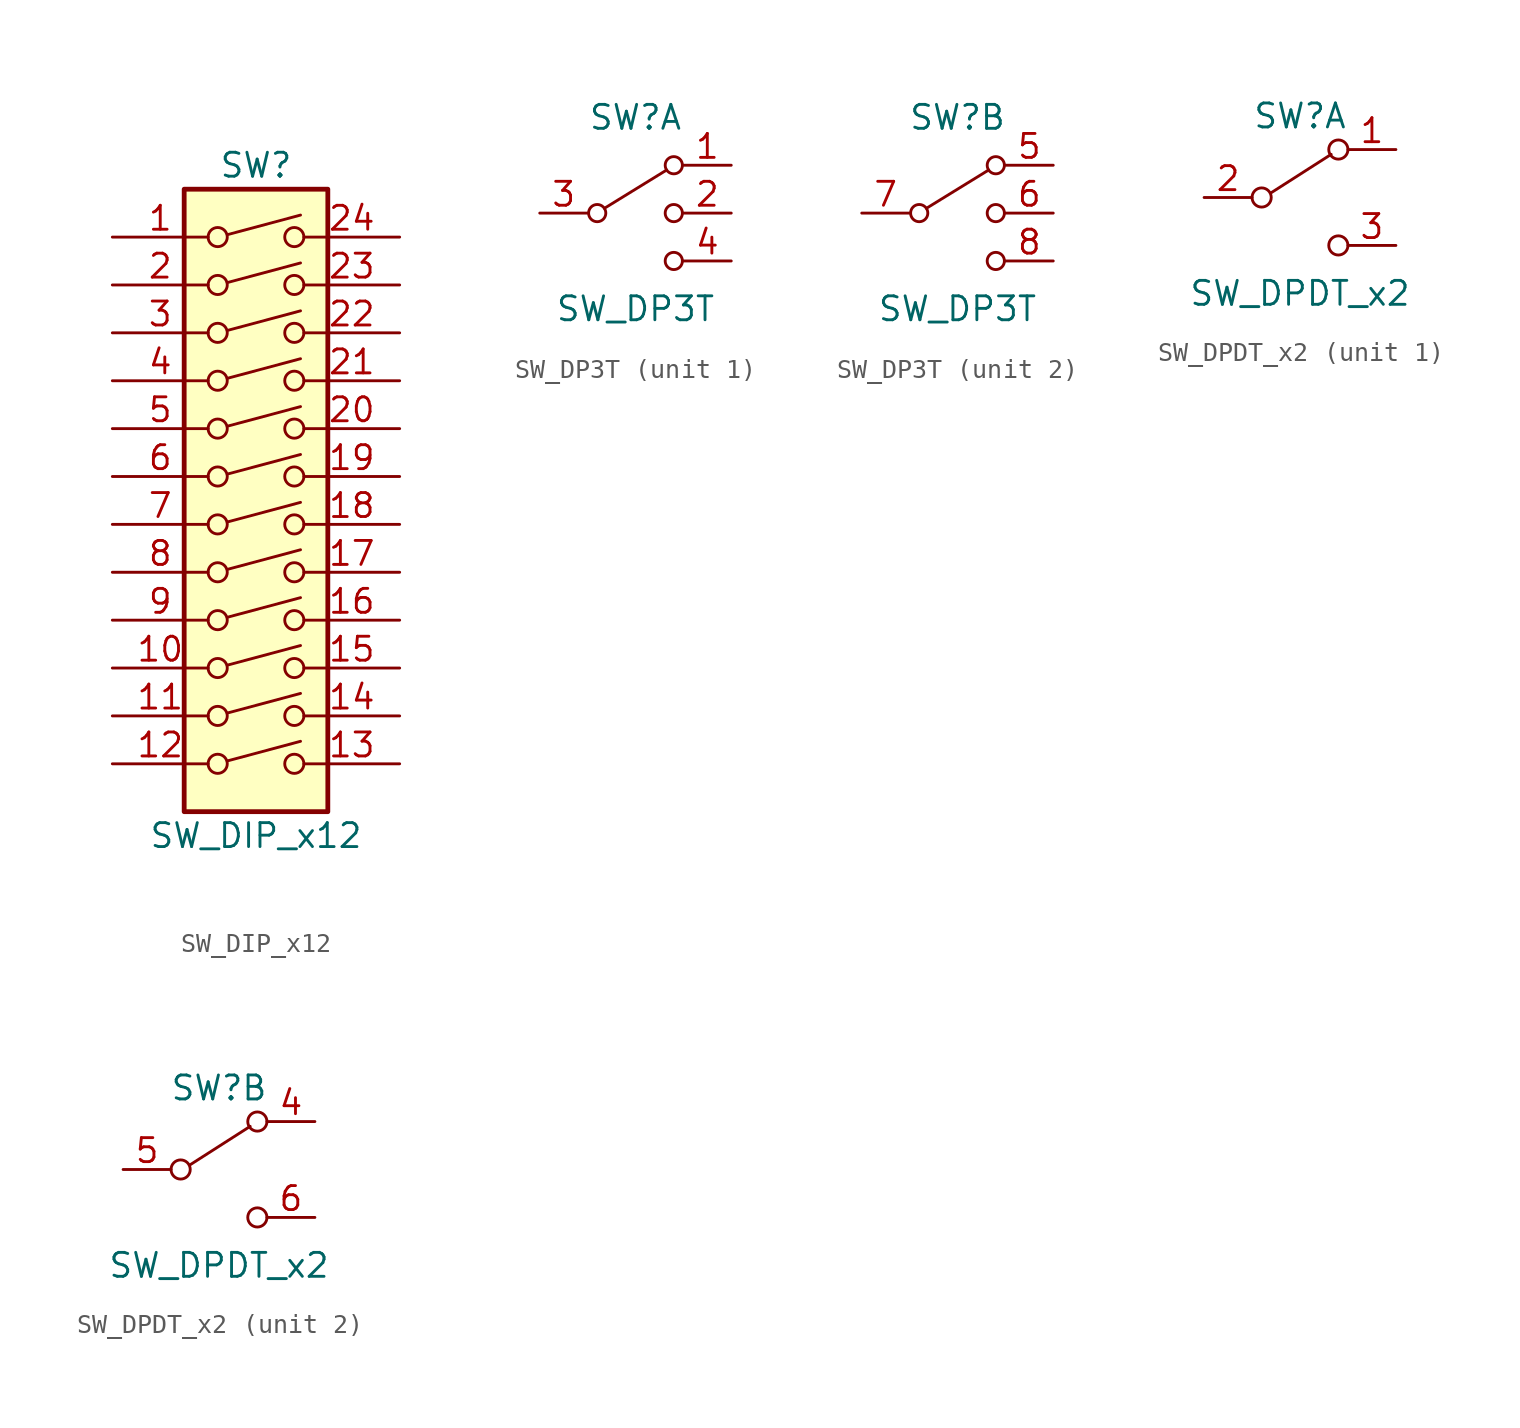
<source format=kicad_sym>
(kicad_symbol_lib
  (version 20201005)
  (generator kicad_symbol_editor)
  (symbol "Switch:SW_DIP_x12"
    (pin_names
      (offset 0) hide)
    (property "Reference" "SW"
      (at 0 19.05 0)
      (effects (font (size 1.27 1.27))))
    (property "Value" "SW_DIP_x12"
      (at 0 -16.51 0)
      (effects (font (size 1.27 1.27))))
    (symbol "SW_DIP_x12_0_0"
      (circle (center -2.032 -12.7) (radius 0.508) (stroke (width 0)) (fill (type none)))
      (circle (center -2.032 -10.16) (radius 0.508) (stroke (width 0)) (fill (type none)))
      (circle (center -2.032 -7.62) (radius 0.508) (stroke (width 0)) (fill (type none)))
      (circle (center -2.032 -5.08) (radius 0.508) (stroke (width 0)) (fill (type none)))
      (circle (center -2.032 -2.54) (radius 0.508) (stroke (width 0)) (fill (type none)))
      (circle (center -2.032 0) (radius 0.508) (stroke (width 0)) (fill (type none)))
      (circle (center -2.032 2.54) (radius 0.508) (stroke (width 0)) (fill (type none)))
      (circle (center -2.032 5.08) (radius 0.508) (stroke (width 0)) (fill (type none)))
      (circle (center -2.032 7.62) (radius 0.508) (stroke (width 0)) (fill (type none)))
      (circle (center -2.032 10.16) (radius 0.508) (stroke (width 0)) (fill (type none)))
      (circle (center -2.032 12.7) (radius 0.508) (stroke (width 0)) (fill (type none)))
      (circle (center -2.032 15.24) (radius 0.508) (stroke (width 0)) (fill (type none)))
      (circle (center 2.032 -12.7) (radius 0.508) (stroke (width 0)) (fill (type none)))
      (circle (center 2.032 -10.16) (radius 0.508) (stroke (width 0)) (fill (type none)))
      (circle (center 2.032 -7.62) (radius 0.508) (stroke (width 0)) (fill (type none)))
      (circle (center 2.032 -5.08) (radius 0.508) (stroke (width 0)) (fill (type none)))
      (circle (center 2.032 -2.54) (radius 0.508) (stroke (width 0)) (fill (type none)))
      (circle (center 2.032 0) (radius 0.508) (stroke (width 0)) (fill (type none)))
      (circle (center 2.032 2.54) (radius 0.508) (stroke (width 0)) (fill (type none)))
      (circle (center 2.032 5.08) (radius 0.508) (stroke (width 0)) (fill (type none)))
      (circle (center 2.032 7.62) (radius 0.508) (stroke (width 0)) (fill (type none)))
      (circle (center 2.032 10.16) (radius 0.508) (stroke (width 0)) (fill (type none)))
      (circle (center 2.032 12.7) (radius 0.508) (stroke (width 0)) (fill (type none)))
      (circle (center 2.032 15.24) (radius 0.508) (stroke (width 0)) (fill (type none)))
      (polyline (pts (xy -1.524 -12.548) (xy 2.362 -11.506)) (stroke (width 0)) (fill (type none)))
      (polyline (pts (xy -1.524 -10.008) (xy 2.362 -8.966)) (stroke (width 0)) (fill (type none)))
      (polyline (pts (xy -1.524 -7.468) (xy 2.362 -6.426)) (stroke (width 0)) (fill (type none)))
      (polyline (pts (xy -1.524 -4.928) (xy 2.362 -3.886)) (stroke (width 0)) (fill (type none)))
      (polyline (pts (xy -1.524 -2.388) (xy 2.362 -1.346)) (stroke (width 0)) (fill (type none)))
      (polyline (pts (xy -1.524 0.127) (xy 2.362 1.168)) (stroke (width 0)) (fill (type none)))
      (polyline (pts (xy -1.524 2.667) (xy 2.362 3.708)) (stroke (width 0)) (fill (type none)))
      (polyline (pts (xy -1.524 5.207) (xy 2.362 6.248)) (stroke (width 0)) (fill (type none)))
      (polyline (pts (xy -1.524 7.747) (xy 2.362 8.788)) (stroke (width 0)) (fill (type none)))
      (polyline (pts (xy -1.524 10.287) (xy 2.362 11.328)) (stroke (width 0)) (fill (type none)))
      (polyline (pts (xy -1.524 12.827) (xy 2.362 13.868)) (stroke (width 0)) (fill (type none)))
      (polyline (pts (xy -1.524 15.367) (xy 2.362 16.408)) (stroke (width 0)) (fill (type none))))
    (symbol "SW_DIP_x12_0_1"
      (rectangle (start -3.81 17.78) (end 3.81 -15.24) (stroke (width 0.254)) (fill (type background))))
    (symbol "SW_DIP_x12_1_1"
      (pin passive line (at -7.62 15.24 0) (length 5.08) (name "~" (effects (font (size 1.27 1.27)))) (number "1" (effects (font (size 1.27 1.27)))))
      (pin passive line (at -7.62 -7.62 0) (length 5.08) (name "~" (effects (font (size 1.27 1.27)))) (number "10" (effects (font (size 1.27 1.27)))))
      (pin passive line (at -7.62 -10.16 0) (length 5.08) (name "~" (effects (font (size 1.27 1.27)))) (number "11" (effects (font (size 1.27 1.27)))))
      (pin passive line (at -7.62 -12.7 0) (length 5.08) (name "~" (effects (font (size 1.27 1.27)))) (number "12" (effects (font (size 1.27 1.27)))))
      (pin passive line (at 7.62 -12.7 180) (length 5.08) (name "~" (effects (font (size 1.27 1.27)))) (number "13" (effects (font (size 1.27 1.27)))))
      (pin passive line (at 7.62 -10.16 180) (length 5.08) (name "~" (effects (font (size 1.27 1.27)))) (number "14" (effects (font (size 1.27 1.27)))))
      (pin passive line (at 7.62 -7.62 180) (length 5.08) (name "~" (effects (font (size 1.27 1.27)))) (number "15" (effects (font (size 1.27 1.27)))))
      (pin passive line (at 7.62 -5.08 180) (length 5.08) (name "~" (effects (font (size 1.27 1.27)))) (number "16" (effects (font (size 1.27 1.27)))))
      (pin passive line (at 7.62 -2.54 180) (length 5.08) (name "~" (effects (font (size 1.27 1.27)))) (number "17" (effects (font (size 1.27 1.27)))))
      (pin passive line (at 7.62 0 180) (length 5.08) (name "~" (effects (font (size 1.27 1.27)))) (number "18" (effects (font (size 1.27 1.27)))))
      (pin passive line (at 7.62 2.54 180) (length 5.08) (name "~" (effects (font (size 1.27 1.27)))) (number "19" (effects (font (size 1.27 1.27)))))
      (pin passive line (at -7.62 12.7 0) (length 5.08) (name "~" (effects (font (size 1.27 1.27)))) (number "2" (effects (font (size 1.27 1.27)))))
      (pin passive line (at 7.62 5.08 180) (length 5.08) (name "~" (effects (font (size 1.27 1.27)))) (number "20" (effects (font (size 1.27 1.27)))))
      (pin passive line (at 7.62 7.62 180) (length 5.08) (name "~" (effects (font (size 1.27 1.27)))) (number "21" (effects (font (size 1.27 1.27)))))
      (pin passive line (at 7.62 10.16 180) (length 5.08) (name "~" (effects (font (size 1.27 1.27)))) (number "22" (effects (font (size 1.27 1.27)))))
      (pin passive line (at 7.62 12.7 180) (length 5.08) (name "~" (effects (font (size 1.27 1.27)))) (number "23" (effects (font (size 1.27 1.27)))))
      (pin passive line (at 7.62 15.24 180) (length 5.08) (name "~" (effects (font (size 1.27 1.27)))) (number "24" (effects (font (size 1.27 1.27)))))
      (pin passive line (at -7.62 10.16 0) (length 5.08) (name "~" (effects (font (size 1.27 1.27)))) (number "3" (effects (font (size 1.27 1.27)))))
      (pin passive line (at -7.62 7.62 0) (length 5.08) (name "~" (effects (font (size 1.27 1.27)))) (number "4" (effects (font (size 1.27 1.27)))))
      (pin passive line (at -7.62 5.08 0) (length 5.08) (name "~" (effects (font (size 1.27 1.27)))) (number "5" (effects (font (size 1.27 1.27)))))
      (pin passive line (at -7.62 2.54 0) (length 5.08) (name "~" (effects (font (size 1.27 1.27)))) (number "6" (effects (font (size 1.27 1.27)))))
      (pin passive line (at -7.62 0 0) (length 5.08) (name "~" (effects (font (size 1.27 1.27)))) (number "7" (effects (font (size 1.27 1.27)))))
      (pin passive line (at -7.62 -2.54 0) (length 5.08) (name "~" (effects (font (size 1.27 1.27)))) (number "8" (effects (font (size 1.27 1.27)))))
      (pin passive line (at -7.62 -5.08 0) (length 5.08) (name "~" (effects (font (size 1.27 1.27)))) (number "9" (effects (font (size 1.27 1.27)))))))
  (symbol "Switch:SW_DP3T"
    (pin_names
      (offset 0) hide)
    (property "Reference" "SW"
      (at 0 5.08 0)
      (effects (font (size 1.27 1.27))))
    (property "Value" "SW_DP3T"
      (at 0 -5.08 0)
      (effects (font (size 1.27 1.27))))
    (symbol "SW_DP3T_0_1"
      (circle (center -2.032 0) (radius 0.457) (stroke (width 0)) (fill (type none)))
      (circle (center 2.032 -2.54) (radius 0.457) (stroke (width 0)) (fill (type none)))
      (circle (center 2.032 0) (radius 0.457) (stroke (width 0)) (fill (type none)))
      (circle (center 2.032 2.54) (radius 0.457) (stroke (width 0)) (fill (type none)))
      (polyline (pts (xy -1.651 0.254) (xy 1.651 2.286)) (stroke (width 0)) (fill (type none))))
    (symbol "SW_DP3T_1_1"
      (pin passive line (at 5.08 2.54 180) (length 2.54) (name "1" (effects (font (size 1.27 1.27)))) (number "1" (effects (font (size 1.27 1.27)))))
      (pin passive line (at 5.08 0 180) (length 2.54) (name "2" (effects (font (size 1.27 1.27)))) (number "2" (effects (font (size 1.27 1.27)))))
      (pin passive line (at -5.08 0 0) (length 2.54) (name "3" (effects (font (size 1.27 1.27)))) (number "3" (effects (font (size 1.27 1.27)))))
      (pin passive line (at 5.08 -2.54 180) (length 2.54) (name "4" (effects (font (size 1.27 1.27)))) (number "4" (effects (font (size 1.27 1.27))))))
    (symbol "SW_DP3T_2_1"
      (pin passive line (at 5.08 2.54 180) (length 2.54) (name "5" (effects (font (size 1.27 1.27)))) (number "5" (effects (font (size 1.27 1.27)))))
      (pin passive line (at 5.08 0 180) (length 2.54) (name "6" (effects (font (size 1.27 1.27)))) (number "6" (effects (font (size 1.27 1.27)))))
      (pin passive line (at -5.08 0 0) (length 2.54) (name "7" (effects (font (size 1.27 1.27)))) (number "7" (effects (font (size 1.27 1.27)))))
      (pin passive line (at 5.08 -2.54 180) (length 2.54) (name "8" (effects (font (size 1.27 1.27)))) (number "8" (effects (font (size 1.27 1.27)))))))
  (symbol "Switch:SW_DPDT_x2"
    (pin_names
      (offset 0) hide)
    (property "Reference" "SW"
      (at 0 4.318 0)
      (effects (font (size 1.27 1.27))))
    (property "Value" "SW_DPDT_x2"
      (at 0 -5.08 0)
      (effects (font (size 1.27 1.27))))
    (symbol "SW_DPDT_x2_0_0"
      (circle (center -2.032 0) (radius 0.508) (stroke (width 0)) (fill (type none)))
      (circle (center 2.032 -2.54) (radius 0.508) (stroke (width 0)) (fill (type none))))
    (symbol "SW_DPDT_x2_0_1"
      (circle (center 2.032 2.54) (radius 0.508) (stroke (width 0)) (fill (type none)))
      (polyline (pts (xy -1.524 0.254) (xy 1.651 2.286)) (stroke (width 0)) (fill (type none))))
    (symbol "SW_DPDT_x2_1_1"
      (pin passive line (at 5.08 2.54 180) (length 2.54) (name "A" (effects (font (size 1.27 1.27)))) (number "1" (effects (font (size 1.27 1.27)))))
      (pin passive line (at -5.08 0 0) (length 2.54) (name "B" (effects (font (size 1.27 1.27)))) (number "2" (effects (font (size 1.27 1.27)))))
      (pin passive line (at 5.08 -2.54 180) (length 2.54) (name "C" (effects (font (size 1.27 1.27)))) (number "3" (effects (font (size 1.27 1.27))))))
    (symbol "SW_DPDT_x2_2_1"
      (pin passive line (at 5.08 2.54 180) (length 2.54) (name "A" (effects (font (size 1.27 1.27)))) (number "4" (effects (font (size 1.27 1.27)))))
      (pin passive line (at -5.08 0 0) (length 2.54) (name "B" (effects (font (size 1.27 1.27)))) (number "5" (effects (font (size 1.27 1.27)))))
      (pin passive line (at 5.08 -2.54 180) (length 2.54) (name "C" (effects (font (size 1.27 1.27)))) (number "6" (effects (font (size 1.27 1.27))))))))
</source>
